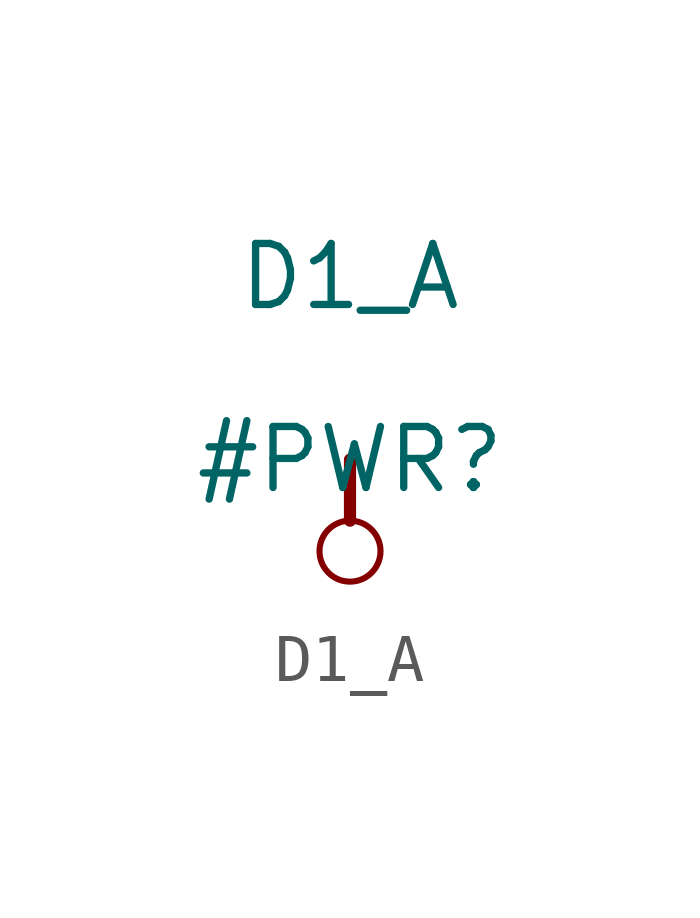
<source format=kicad_sym>
(kicad_symbol_lib
  (version 20211014)
  (generator kicad_symbol_editor)
  (symbol "D1_A"
    (power)
    (property "Reference" "#PWR"
      (at 0 0 0)
      (effects (font (size 1.27 1.27))))
    (property "Value" "D1_A"
      (at 0 3.81 0)
      (effects (font (size 1.27 1.27))))
    (symbol "D1_A_0_0"
      (circle (center 0 -1.905) (radius 0.635) (stroke (width 0.127) (type default) (color 0 0 0 0)) (fill (type none)))
      (polyline (pts (xy 0 0) (xy 0 -1.27)) (stroke (width 0.254) (type default) (color 0 0 0 0)) (fill (type none)))
      (pin power_in line (at 0 0 0) (length 0) hide (name "D1_A" (effects (font (size 1.27 1.27)))) (number "" (effects (font (size 1.27 1.27))))))))
</source>
